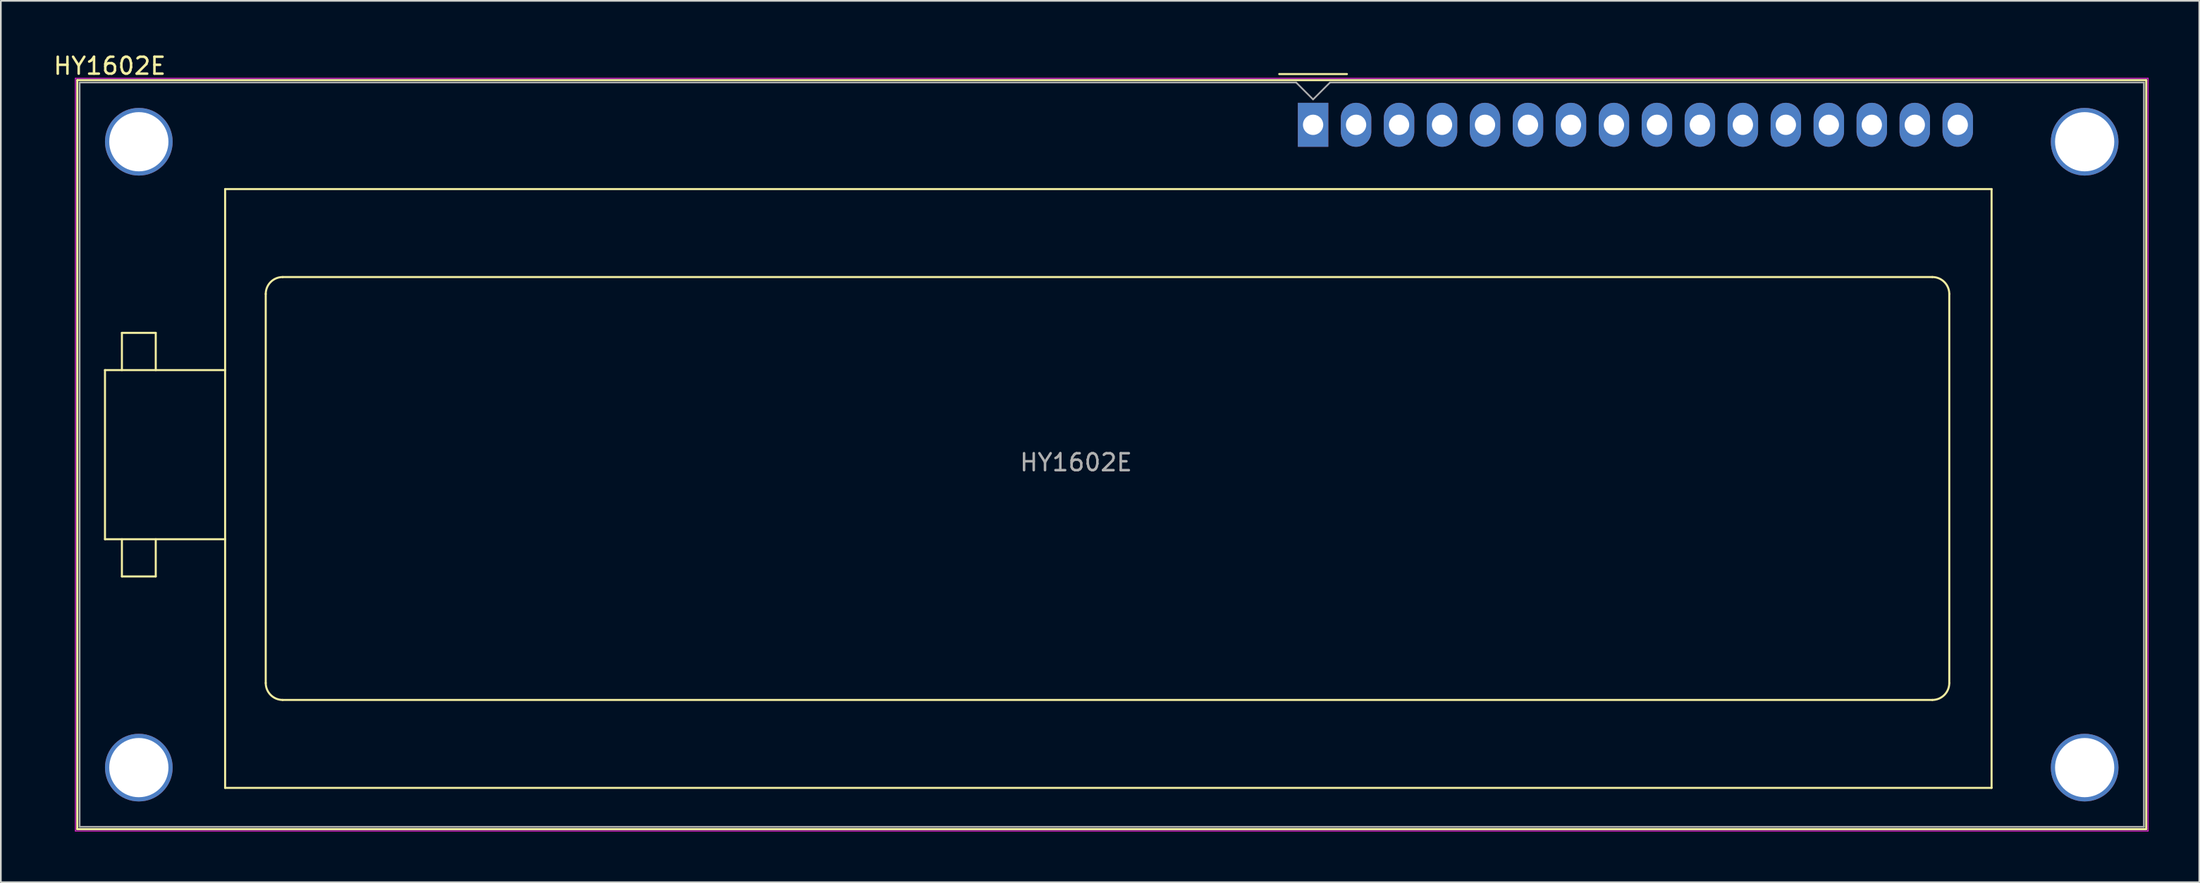
<source format=kicad_pcb>
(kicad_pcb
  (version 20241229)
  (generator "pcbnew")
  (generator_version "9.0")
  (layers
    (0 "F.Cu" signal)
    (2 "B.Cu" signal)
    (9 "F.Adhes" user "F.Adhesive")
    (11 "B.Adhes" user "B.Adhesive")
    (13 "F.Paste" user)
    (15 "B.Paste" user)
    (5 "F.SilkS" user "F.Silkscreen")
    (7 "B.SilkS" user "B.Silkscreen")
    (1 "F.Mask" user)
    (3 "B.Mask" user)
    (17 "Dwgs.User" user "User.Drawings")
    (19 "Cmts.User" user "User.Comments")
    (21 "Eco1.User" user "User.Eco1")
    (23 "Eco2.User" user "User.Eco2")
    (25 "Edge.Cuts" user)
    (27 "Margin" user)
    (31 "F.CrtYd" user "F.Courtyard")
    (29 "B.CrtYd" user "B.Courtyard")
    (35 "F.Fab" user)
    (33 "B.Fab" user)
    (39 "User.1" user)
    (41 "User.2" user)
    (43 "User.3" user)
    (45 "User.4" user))
  (footprint "HY1602E"
    (layer "F.Cu")
    (at 74.555 4.328)
    (property "Reference" "HY1602E" (at -71.12 -3.48 0) (layer "F.SilkS") (effects (font (size 1 1) (thickness 0.15))))
    (attr through_hole)
    (fp_line (start -73.04 -2.64) (end -73.04 41.64) (stroke (width 0.12) (type solid)) (layer "F.SilkS"))
    (fp_line (start -73.04 -2.64) (end 49.24 -2.64) (stroke (width 0.12) (type solid)) (layer "F.SilkS"))
    (fp_line (start -71.4 14.5) (end -64.3 14.5) (stroke (width 0.12) (type solid)) (layer "F.SilkS"))
    (fp_line (start -71.4 24.5) (end -71.4 14.5) (stroke (width 0.12) (type solid)) (layer "F.SilkS"))
    (fp_line (start -70.4 12.3) (end -70.4 14.5) (stroke (width 0.12) (type solid)) (layer "F.SilkS"))
    (fp_line (start -70.4 26.7) (end -70.4 24.5) (stroke (width 0.12) (type solid)) (layer "F.SilkS"))
    (fp_line (start -68.4 12.3) (end -70.4 12.3) (stroke (width 0.12) (type solid)) (layer "F.SilkS"))
    (fp_line (start -68.4 14.5) (end -68.4 12.3) (stroke (width 0.12) (type solid)) (layer "F.SilkS"))
    (fp_line (start -68.4 24.5) (end -68.4 26.7) (stroke (width 0.12) (type solid)) (layer "F.SilkS"))
    (fp_line (start -68.4 26.7) (end -70.4 26.7) (stroke (width 0.12) (type solid)) (layer "F.SilkS"))
    (fp_line (start -64.3 3.8) (end 40.1 3.8) (stroke (width 0.12) (type solid)) (layer "F.SilkS"))
    (fp_line (start -64.3 24.5) (end -71.4 24.5) (stroke (width 0.12) (type solid)) (layer "F.SilkS"))
    (fp_line (start -64.3 39.2) (end -64.3 3.8) (stroke (width 0.12) (type solid)) (layer "F.SilkS"))
    (fp_line (start -61.9 33) (end -61.9 10) (stroke (width 0.12) (type solid)) (layer "F.SilkS"))
    (fp_line (start -60.9 9) (end 36.6 9) (stroke (width 0.12) (type solid)) (layer "F.SilkS"))
    (fp_line (start -2 -3) (end 2 -3) (stroke (width 0.12) (type solid)) (layer "F.SilkS"))
    (fp_line (start 36.6 34) (end -60.9 34) (stroke (width 0.12) (type solid)) (layer "F.SilkS"))
    (fp_line (start 37.6 10) (end 37.6 33) (stroke (width 0.12) (type solid)) (layer "F.SilkS"))
    (fp_line (start 40.1 3.8) (end 40.1 39.2) (stroke (width 0.12) (type solid)) (layer "F.SilkS"))
    (fp_line (start 40.1 39.2) (end -64.3 39.2) (stroke (width 0.12) (type solid)) (layer "F.SilkS"))
    (fp_line (start 49.24 -2.64) (end 49.24 41.64) (stroke (width 0.12) (type solid)) (layer "F.SilkS"))
    (fp_line (start 49.24 41.64) (end -73.04 41.64) (stroke (width 0.12) (type solid)) (layer "F.SilkS"))
    (fp_arc (start -61.9 10) (mid -61.607107 9.292893) (end -60.9 9) (stroke (width 0.12) (type solid)) (layer "F.SilkS"))
    (fp_arc (start -60.9 34) (mid -61.607107 33.707107) (end -61.9 33) (stroke (width 0.12) (type solid)) (layer "F.SilkS"))
    (fp_arc (start 36.6 9) (mid 37.307107 9.292893) (end 37.6 10) (stroke (width 0.12) (type solid)) (layer "F.SilkS"))
    (fp_arc (start 37.6 33) (mid 37.307107 33.707107) (end 36.6 34) (stroke (width 0.12) (type solid)) (layer "F.SilkS"))
    (fp_line (start -73.15 -2.75) (end -73.15 41.75) (stroke (width 0.05) (type solid)) (layer "F.CrtYd"))
    (fp_line (start -73.15 -2.75) (end 49.35 -2.75) (stroke (width 0.05) (type solid)) (layer "F.CrtYd"))
    (fp_line (start -73.15 41.75) (end 49.35 41.75) (stroke (width 0.05) (type solid)) (layer "F.CrtYd"))
    (fp_line (start 49.35 -2.75) (end 49.35 41.75) (stroke (width 0.05) (type solid)) (layer "F.CrtYd"))
    (fp_line (start -72.9 -2.5) (end -72.9 41.5) (stroke (width 0.1) (type solid)) (layer "F.Fab"))
    (fp_line (start -72.9 41.5) (end 49.1 41.5) (stroke (width 0.1) (type solid)) (layer "F.Fab"))
    (fp_line (start -1 -2.5) (end -72.9 -2.5) (stroke (width 0.1) (type solid)) (layer "F.Fab"))
    (fp_line (start 0 -1.5) (end -1 -2.5) (stroke (width 0.1) (type solid)) (layer "F.Fab"))
    (fp_line (start 1 -2.5) (end 0 -1.5) (stroke (width 0.1) (type solid)) (layer "F.Fab"))
    (fp_line (start 49.1 -2.5) (end 1 -2.5) (stroke (width 0.1) (type solid)) (layer "F.Fab"))
    (fp_line (start 49.1 41.5) (end 49.1 -2.5) (stroke (width 0.1) (type solid)) (layer "F.Fab"))
    (fp_text user "${REFERENCE}" (at -14.01 19.96 0) (layer "F.Fab") (effects (font (size 1 1) (thickness 0.15))))
    (pad "" thru_hole circle (at -69.4 1.001 180) (size 4 4) (drill 3.5) (layers "*.Cu" "*.Mask"))
    (pad "" thru_hole circle (at -69.4 38.001 180) (size 4 4) (drill 3.5) (layers "*.Cu" "*.Mask"))
    (pad "" thru_hole circle (at 45.601 1.001 180) (size 4 4) (drill 3.5) (layers "*.Cu" "*.Mask"))
    (pad "" thru_hole circle (at 45.601 38.001 180) (size 4 4) (drill 3.5) (layers "*.Cu" "*.Mask"))
    (pad "1" thru_hole rect (at 0 0 180) (size 1.8 2.6) (drill 1.2) (layers "*.Cu" "*.Mask"))
    (pad "2" thru_hole oval (at 2.54 0 180) (size 1.8 2.6) (drill 1.2) (layers "*.Cu" "*.Mask"))
    (pad "3" thru_hole oval (at 5.08 0 180) (size 1.8 2.6) (drill 1.2) (layers "*.Cu" "*.Mask"))
    (pad "4" thru_hole oval (at 7.62 0 180) (size 1.8 2.6) (drill 1.2) (layers "*.Cu" "*.Mask"))
    (pad "5" thru_hole oval (at 10.16 0 180) (size 1.8 2.6) (drill 1.2) (layers "*.Cu" "*.Mask"))
    (pad "6" thru_hole oval (at 12.7 0 180) (size 1.8 2.6) (drill 1.2) (layers "*.Cu" "*.Mask"))
    (pad "7" thru_hole oval (at 15.24 0 180) (size 1.8 2.6) (drill 1.2) (layers "*.Cu" "*.Mask"))
    (pad "8" thru_hole oval (at 17.78 0 180) (size 1.8 2.6) (drill 1.2) (layers "*.Cu" "*.Mask"))
    (pad "9" thru_hole oval (at 20.32 0 180) (size 1.8 2.6) (drill 1.2) (layers "*.Cu" "*.Mask"))
    (pad "10" thru_hole oval (at 22.86 0 180) (size 1.8 2.6) (drill 1.2) (layers "*.Cu" "*.Mask"))
    (pad "11" thru_hole oval (at 25.4 0 180) (size 1.8 2.6) (drill 1.2) (layers "*.Cu" "*.Mask"))
    (pad "12" thru_hole oval (at 27.94 0 180) (size 1.8 2.6) (drill 1.2) (layers "*.Cu" "*.Mask"))
    (pad "13" thru_hole oval (at 30.48 0 180) (size 1.8 2.6) (drill 1.2) (layers "*.Cu" "*.Mask"))
    (pad "14" thru_hole oval (at 33.02 0 180) (size 1.8 2.6) (drill 1.2) (layers "*.Cu" "*.Mask"))
    (pad "15" thru_hole oval (at 35.56 0 180) (size 1.8 2.6) (drill 1.2) (layers "*.Cu" "*.Mask"))
    (pad "16" thru_hole oval (at 38.1 0 180) (size 1.8 2.6) (drill 1.2) (layers "*.Cu" "*.Mask")))
  (gr_rect
    (start -3 -3)
    (end 126.93 49.103)
    (stroke (width 0.1) (type default))
    (fill no)
    (layer "Edge.Cuts")))
</source>
